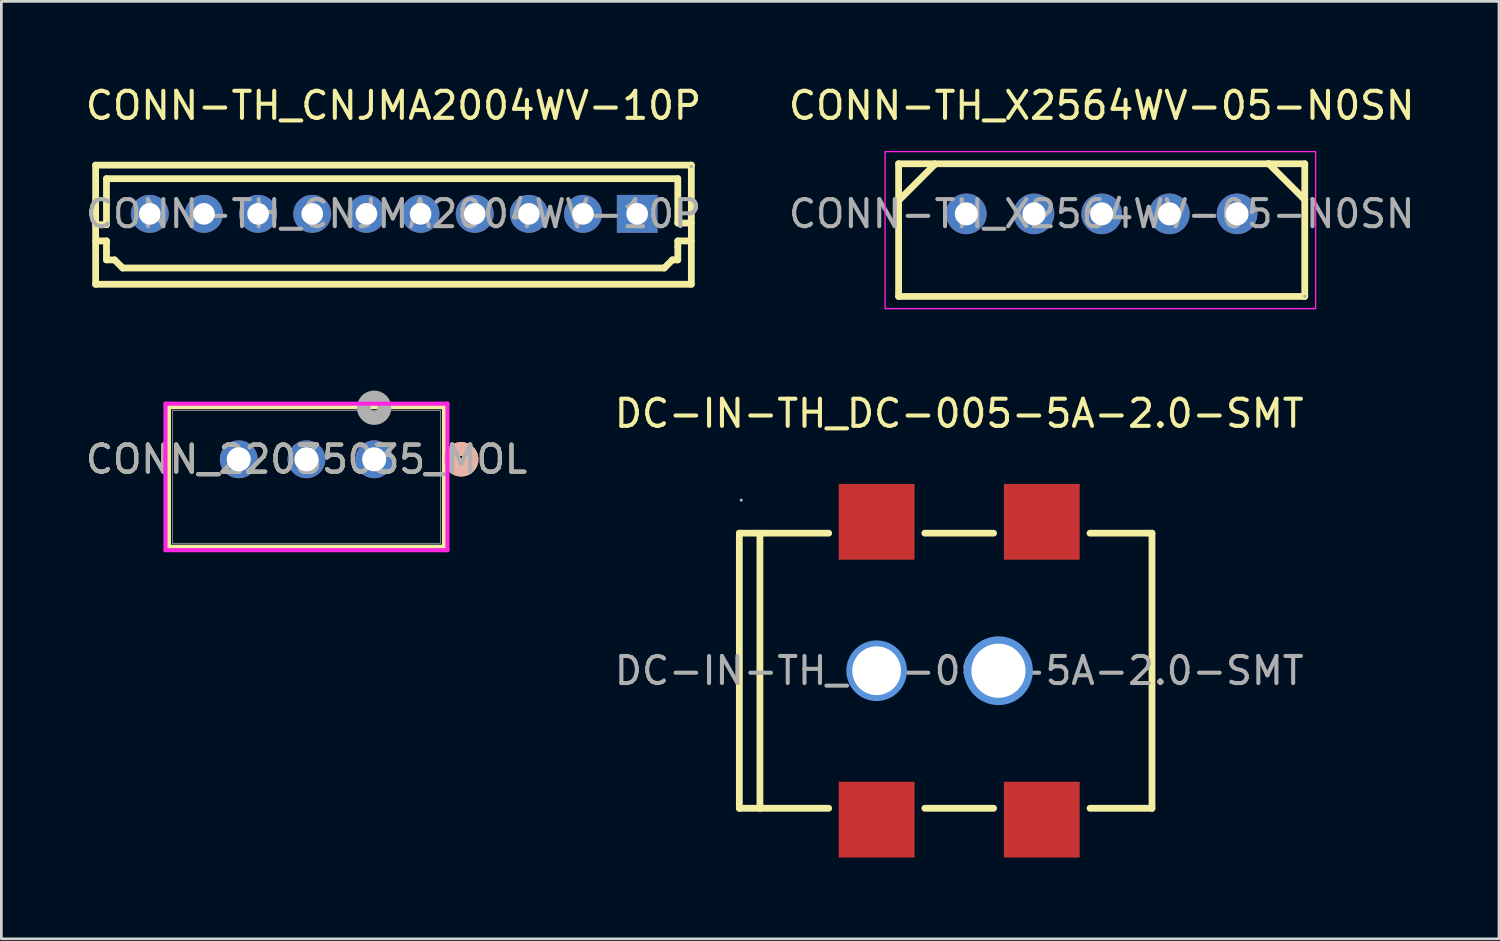
<source format=kicad_pcb>
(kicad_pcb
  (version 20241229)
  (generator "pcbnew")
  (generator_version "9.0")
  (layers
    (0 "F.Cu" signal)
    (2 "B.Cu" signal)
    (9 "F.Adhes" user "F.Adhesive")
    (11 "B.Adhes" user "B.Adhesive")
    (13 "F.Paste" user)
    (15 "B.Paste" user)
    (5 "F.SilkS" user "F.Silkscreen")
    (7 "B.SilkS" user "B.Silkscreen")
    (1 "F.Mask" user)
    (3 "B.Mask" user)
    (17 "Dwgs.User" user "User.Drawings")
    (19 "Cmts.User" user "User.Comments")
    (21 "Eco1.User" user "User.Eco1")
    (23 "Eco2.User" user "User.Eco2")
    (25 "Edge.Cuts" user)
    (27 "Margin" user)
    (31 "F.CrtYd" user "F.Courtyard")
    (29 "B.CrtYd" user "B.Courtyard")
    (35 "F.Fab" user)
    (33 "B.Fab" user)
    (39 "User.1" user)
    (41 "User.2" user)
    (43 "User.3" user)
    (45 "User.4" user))
  (footprint "CONN-TH_X2564WV-05-N0SN"
    (layer "F.Cu")
    (at 37.637 4.848)
    (property "Reference" "CONN-TH_X2564WV-05-N0SN" (at 0 -4 0) (layer "F.SilkS") (effects (font (size 1 1) (thickness 0.15))))
    (attr smd)
    (fp_line (start -7.5 -0.49) (end -6.17 -1.82) (stroke (width 0.25) (type solid)) (layer "F.SilkS"))
    (fp_line (start -7.5 3.05) (end -7.5 -1.85) (stroke (width 0.25) (type solid)) (layer "F.SilkS"))
    (fp_line (start -7.5 3.05) (end 7.5 3.05) (stroke (width 0.25) (type solid)) (layer "F.SilkS"))
    (fp_line (start -6.17 -1.82) (end -6.17 -1.85) (stroke (width 0.25) (type solid)) (layer "F.SilkS"))
    (fp_line (start 6.17 -1.85) (end 6.14 -1.85) (stroke (width 0.25) (type solid)) (layer "F.SilkS"))
    (fp_line (start 7.5 -1.85) (end -7.5 -1.85) (stroke (width 0.25) (type solid)) (layer "F.SilkS"))
    (fp_line (start 7.5 -1.85) (end 7.5 3.05) (stroke (width 0.25) (type solid)) (layer "F.SilkS"))
    (fp_line (start 7.5 -0.52) (end 6.17 -1.85) (stroke (width 0.25) (type solid)) (layer "F.SilkS"))
    (fp_rect (start -8 -2.3) (end 7.9 3.5) (stroke (width 0.05) (type default)) (fill no) (layer "F.CrtYd"))
    (fp_circle (center -5 0) (end -4.82 0) (stroke (width 0.35) (type solid)) (fill no) (layer "F.Fab"))
    (fp_circle (center -2.5 0) (end -2.32 0) (stroke (width 0.35) (type solid)) (fill no) (layer "F.Fab"))
    (fp_circle (center 0 0) (end 0.18 0) (stroke (width 0.35) (type solid)) (fill no) (layer "F.Fab"))
    (fp_circle (center 2.5 0) (end 2.68 0) (stroke (width 0.35) (type solid)) (fill no) (layer "F.Fab"))
    (fp_circle (center 5 0) (end 5.18 0) (stroke (width 0.35) (type solid)) (fill no) (layer "F.Fab"))
    (fp_circle (center 7.5 3.05) (end 7.53 3.05) (stroke (width 0.06) (type solid)) (fill no) (layer "F.Fab"))
    (fp_text user "${REFERENCE}" (at 0 0 0) (layer "F.Fab") (effects (font (size 1 1) (thickness 0.15))))
    (pad "1" thru_hole circle (at 5 0 180) (size 1.5 1.5) (drill 0.85) (layers "*.Cu" "*.Paste" "*.Mask"))
    (pad "2" thru_hole circle (at 2.5 0 180) (size 1.5 1.5) (drill 0.85) (layers "*.Cu" "*.Paste" "*.Mask"))
    (pad "3" thru_hole circle (at 0 0 180) (size 1.5 1.5) (drill 0.85) (layers "*.Cu" "*.Paste" "*.Mask"))
    (pad "4" thru_hole circle (at -2.5 0 180) (size 1.5 1.5) (drill 0.85) (layers "*.Cu" "*.Paste" "*.Mask"))
    (pad "5" thru_hole circle (at -5 0 180) (size 1.5 1.5) (drill 0.85) (layers "*.Cu" "*.Paste" "*.Mask")))
  (footprint "CONN-TH_CNJMA2004WV-10P"
    (layer "F.Cu")
    (at 11.482 4.848)
    (property "Reference" "CONN-TH_CNJMA2004WV-10P" (at 0 -4 0) (layer "F.SilkS") (effects (font (size 1 1) (thickness 0.15))))
    (attr smd)
    (fp_line (start -11 -1.8) (end -11 2.6) (stroke (width 0.25) (type solid)) (layer "F.SilkS"))
    (fp_line (start -10.6 -1.3) (end -10.6 0.4) (stroke (width 0.25) (type solid)) (layer "F.SilkS"))
    (fp_line (start -10.6 0.4) (end -11 0.4) (stroke (width 0.25) (type solid)) (layer "F.SilkS"))
    (fp_line (start -10.6 1) (end -11 1) (stroke (width 0.25) (type solid)) (layer "F.SilkS"))
    (fp_line (start -10.6 1) (end -10.6 1.4) (stroke (width 0.25) (type solid)) (layer "F.SilkS"))
    (fp_line (start -10.6 1.4) (end -10.6 1.7) (stroke (width 0.25) (type solid)) (layer "F.SilkS"))
    (fp_line (start -10.6 1.7) (end -10.3 1.7) (stroke (width 0.25) (type solid)) (layer "F.SilkS"))
    (fp_line (start -10.3 1.7) (end -10 2) (stroke (width 0.25) (type solid)) (layer "F.SilkS"))
    (fp_line (start -10 2) (end 10 2) (stroke (width 0.25) (type solid)) (layer "F.SilkS"))
    (fp_line (start 10.3 1.7) (end 10 2) (stroke (width 0.25) (type solid)) (layer "F.SilkS"))
    (fp_line (start 10.5 -1.3) (end -10.6 -1.3) (stroke (width 0.25) (type solid)) (layer "F.SilkS"))
    (fp_line (start 10.5 0.34) (end 10.5 -1.3) (stroke (width 0.25) (type solid)) (layer "F.SilkS"))
    (fp_line (start 10.5 1) (end 10.5 1.2) (stroke (width 0.25) (type solid)) (layer "F.SilkS"))
    (fp_line (start 10.5 1) (end 11 1) (stroke (width 0.25) (type solid)) (layer "F.SilkS"))
    (fp_line (start 10.5 1.2) (end 10.5 1.7) (stroke (width 0.25) (type solid)) (layer "F.SilkS"))
    (fp_line (start 10.5 1.7) (end 10.3 1.7) (stroke (width 0.25) (type solid)) (layer "F.SilkS"))
    (fp_line (start 11 -1.8) (end -11 -1.8) (stroke (width 0.25) (type solid)) (layer "F.SilkS"))
    (fp_line (start 11 -1.8) (end 11 2.6) (stroke (width 0.25) (type solid)) (layer "F.SilkS"))
    (fp_line (start 11 0.34) (end 10.5 0.34) (stroke (width 0.25) (type solid)) (layer "F.SilkS"))
    (fp_line (start 11 2.6) (end -11 2.6) (stroke (width 0.25) (type solid)) (layer "F.SilkS"))
    (fp_circle (center 11 -1.75) (end 11.03 -1.75) (stroke (width 0.06) (type solid)) (fill no) (layer "F.Fab"))
    (fp_text user "${REFERENCE}" (at 0 0 0) (layer "F.Fab") (effects (font (size 1 1) (thickness 0.15))))
    (pad "1" thru_hole rect (at 9 0 180) (size 1.5 1.4) (drill 0.8) (layers "*.Cu" "*.Paste" "*.Mask"))
    (pad "2" thru_hole circle (at 7 0 180) (size 1.4 1.4) (drill 0.8) (layers "*.Cu" "*.Paste" "*.Mask"))
    (pad "3" thru_hole circle (at 5 0 180) (size 1.4 1.4) (drill 0.8) (layers "*.Cu" "*.Paste" "*.Mask"))
    (pad "4" thru_hole circle (at 3 0 180) (size 1.4 1.4) (drill 0.8) (layers "*.Cu" "*.Paste" "*.Mask"))
    (pad "5" thru_hole circle (at 1 0 180) (size 1.4 1.4) (drill 0.8) (layers "*.Cu" "*.Paste" "*.Mask"))
    (pad "6" thru_hole circle (at -1 0 180) (size 1.4 1.4) (drill 0.8) (layers "*.Cu" "*.Paste" "*.Mask"))
    (pad "7" thru_hole circle (at -3 0 180) (size 1.4 1.4) (drill 0.8) (layers "*.Cu" "*.Paste" "*.Mask"))
    (pad "8" thru_hole circle (at -5 0 180) (size 1.4 1.4) (drill 0.8) (layers "*.Cu" "*.Paste" "*.Mask"))
    (pad "9" thru_hole circle (at -7 0 180) (size 1.4 1.4) (drill 0.8) (layers "*.Cu" "*.Paste" "*.Mask"))
    (pad "10" thru_hole circle (at -9 0 180) (size 1.4 1.4) (drill 0.8) (layers "*.Cu" "*.Paste" "*.Mask")))
  (footprint "CONN_22035035_MOL"
    (layer "F.Cu")
    (at 10.768 13.913)
    (property "Reference" "CONN_22035035_MOL" (at -2.5 0 0) (unlocked yes) (layer "F.SilkS") (effects (font (size 1 1) (thickness 0.15))))
    (attr through_hole)
    (fp_line (start -7.58 -1.927) (end -7.58 3.229) (stroke (width 0.152) (type solid)) (layer "F.SilkS"))
    (fp_line (start -7.58 3.229) (end 2.58 3.229) (stroke (width 0.152) (type solid)) (layer "F.SilkS"))
    (fp_line (start 2.58 -1.927) (end -7.58 -1.927) (stroke (width 0.152) (type solid)) (layer "F.SilkS"))
    (fp_line (start 2.58 3.229) (end 2.58 -1.927) (stroke (width 0.152) (type solid)) (layer "F.SilkS"))
    (fp_circle (center 3.215 0) (end 3.596 0) (stroke (width 0.508) (type solid)) (fill no) (layer "F.SilkS"))
    (fp_circle (center 3.215 0) (end 3.596 0) (stroke (width 0.508) (type solid)) (fill no) (layer "B.SilkS"))
    (fp_line (start -7.707 -2.054) (end -7.707 3.356) (stroke (width 0.152) (type solid)) (layer "F.CrtYd"))
    (fp_line (start -7.707 3.356) (end 2.707 3.356) (stroke (width 0.152) (type solid)) (layer "F.CrtYd"))
    (fp_line (start 2.707 -2.054) (end -7.707 -2.054) (stroke (width 0.152) (type solid)) (layer "F.CrtYd"))
    (fp_line (start 2.707 3.356) (end 2.707 -2.054) (stroke (width 0.152) (type solid)) (layer "F.CrtYd"))
    (fp_line (start -7.453 -1.8) (end -7.453 3.102) (stroke (width 0.025) (type solid)) (layer "F.Fab"))
    (fp_line (start -7.453 3.102) (end 2.453 3.102) (stroke (width 0.025) (type solid)) (layer "F.Fab"))
    (fp_line (start 2.453 -1.8) (end -7.453 -1.8) (stroke (width 0.025) (type solid)) (layer "F.Fab"))
    (fp_line (start 2.453 3.102) (end 2.453 -1.8) (stroke (width 0.025) (type solid)) (layer "F.Fab"))
    (fp_circle (center 0 -1.905) (end 0.381 -1.905) (stroke (width 0.508) (type solid)) (fill no) (layer "F.Fab"))
    (fp_text user "${REFERENCE}" (at -2.5 0 0) (unlocked yes) (layer "F.Fab") (effects (font (size 1 1) (thickness 0.15))))
    (pad "1" thru_hole circle (at 0 0) (size 1.397 1.397) (drill 0.889) (layers "*.Cu" "*.Mask"))
    (pad "2" thru_hole circle (at -2.5 0) (size 1.397 1.397) (drill 0.889) (layers "*.Cu" "*.Mask"))
    (pad "3" thru_hole circle (at -5 0) (size 1.397 1.397) (drill 0.889) (layers "*.Cu" "*.Mask")))
  (footprint "DC-IN-TH_DC-005-5A-2.0-SMT"
    (layer "F.Cu")
    (at 32.375 21.721)
    (property "Reference" "DC-IN-TH_DC-005-5A-2.0-SMT" (at 0 -9.5 0) (layer "F.SilkS") (effects (font (size 1 1) (thickness 0.15))))
    (attr smd)
    (fp_line (start -8.12 -5.08) (end -8.12 5.08) (stroke (width 0.25) (type solid)) (layer "F.SilkS"))
    (fp_line (start -8.12 5.08) (end -4.82 5.08) (stroke (width 0.25) (type solid)) (layer "F.SilkS"))
    (fp_line (start -7.36 -5.08) (end -7.36 5.08) (stroke (width 0.25) (type solid)) (layer "F.SilkS"))
    (fp_line (start -4.82 -5.08) (end -8.12 -5.08) (stroke (width 0.25) (type solid)) (layer "F.SilkS"))
    (fp_line (start -1.27 -5.08) (end 1.27 -5.08) (stroke (width 0.25) (type solid)) (layer "F.SilkS"))
    (fp_line (start -1.27 5.08) (end 1.27 5.08) (stroke (width 0.25) (type solid)) (layer "F.SilkS"))
    (fp_line (start 4.83 5.08) (end 7.12 5.08) (stroke (width 0.25) (type solid)) (layer "F.SilkS"))
    (fp_line (start 7.12 -5.08) (end 4.83 -5.08) (stroke (width 0.25) (type solid)) (layer "F.SilkS"))
    (fp_line (start 7.12 5.08) (end 7.12 -5.08) (stroke (width 0.25) (type solid)) (layer "F.SilkS"))
    (fp_circle (center -3.05 0) (end -2.68 0) (stroke (width 0.75) (type solid)) (fill no) (layer "Cmts.User"))
    (fp_circle (center 1.45 0) (end 1.87 0) (stroke (width 0.85) (type solid)) (fill no) (layer "Cmts.User"))
    (fp_circle (center -8.05 -6.3) (end -8.02 -6.3) (stroke (width 0.06) (type solid)) (fill no) (layer "F.Fab"))
    (fp_text user "${REFERENCE}" (at 0 0 0) (layer "F.Fab") (effects (font (size 1 1) (thickness 0.15))))
    (pad "" np_thru_hole circle (at -3.05 0) (size 1.8 1.8) (drill 1.8) (layers "*.Cu" "*.Mask"))
    (pad "" np_thru_hole circle (at 1.45 0) (size 2 2) (drill 2) (layers "*.Cu" "*.Mask"))
    (pad "1" smd rect (at -3.05 -5.5) (size 2.8 2.8) (layers "F.Cu" "F.Mask" "F.Paste"))
    (pad "1" smd rect (at 3.05 -5.5) (size 2.8 2.8) (layers "F.Cu" "F.Mask" "F.Paste"))
    (pad "2" smd rect (at -3.05 5.5) (size 2.8 2.8) (layers "F.Cu" "F.Mask" "F.Paste"))
    (pad "3" smd rect (at 3.05 5.5) (size 2.8 2.8) (layers "F.Cu" "F.Mask" "F.Paste")))
  (gr_rect
    (start -3 -3)
    (end 52.31 31.622)
    (stroke (width 0.1) (type default))
    (fill no)
    (layer "Edge.Cuts")))
</source>
